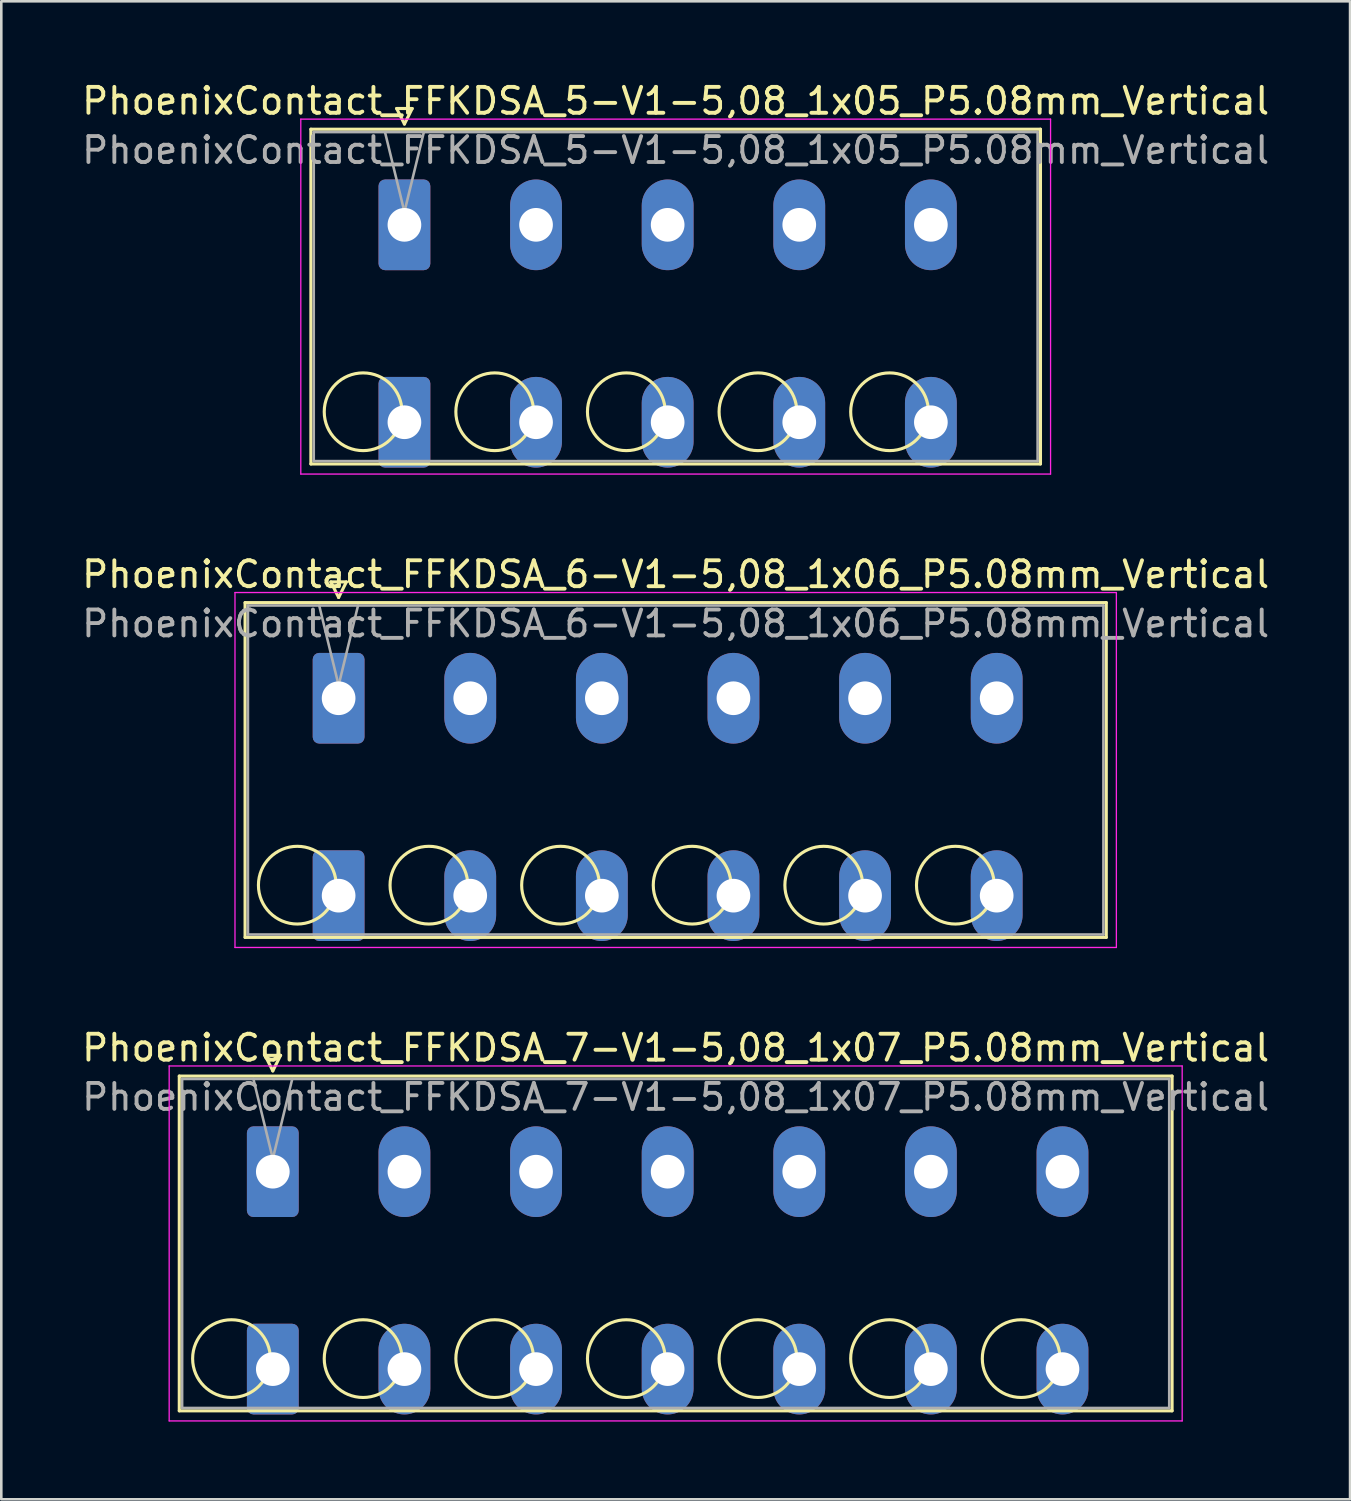
<source format=kicad_pcb>
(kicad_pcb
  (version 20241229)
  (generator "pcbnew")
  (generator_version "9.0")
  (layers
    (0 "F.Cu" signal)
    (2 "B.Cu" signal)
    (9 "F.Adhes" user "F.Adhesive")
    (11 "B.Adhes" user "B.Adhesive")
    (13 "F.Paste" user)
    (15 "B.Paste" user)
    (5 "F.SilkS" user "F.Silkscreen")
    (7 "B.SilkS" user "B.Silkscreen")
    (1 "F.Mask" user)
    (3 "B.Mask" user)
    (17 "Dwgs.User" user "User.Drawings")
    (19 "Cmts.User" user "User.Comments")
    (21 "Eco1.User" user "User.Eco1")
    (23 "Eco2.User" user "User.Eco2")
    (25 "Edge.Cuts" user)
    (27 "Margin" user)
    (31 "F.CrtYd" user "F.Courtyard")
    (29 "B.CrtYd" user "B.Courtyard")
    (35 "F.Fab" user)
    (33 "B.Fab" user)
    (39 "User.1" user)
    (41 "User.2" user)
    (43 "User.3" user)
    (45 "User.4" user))
  (footprint "PhoenixContact_FFKDSA_7-V1-5,08_1x07_P5.08mm_Vertical"
    (layer "F.Cu")
    (at 7.48 42.175)
    (property "Reference" "PhoenixContact_FFKDSA_7-V1-5,08_1x07_P5.08mm_Vertical" (at 15.55 -4.78 0) (layer "F.SilkS") (effects (font (size 1 1) (thickness 0.15))))
    (attr through_hole)
    (fp_line (start -3.61 -3.69) (end -3.61 9.23) (stroke (width 0.12) (type solid)) (layer "F.SilkS"))
    (fp_line (start -3.61 9.23) (end 34.71 9.23) (stroke (width 0.12) (type solid)) (layer "F.SilkS"))
    (fp_line (start -0.3 -4.49) (end 0.3 -4.49) (stroke (width 0.12) (type solid)) (layer "F.SilkS"))
    (fp_line (start 0 -3.89) (end -0.3 -4.49) (stroke (width 0.12) (type solid)) (layer "F.SilkS"))
    (fp_line (start 0.3 -4.49) (end 0 -3.89) (stroke (width 0.12) (type solid)) (layer "F.SilkS"))
    (fp_line (start 34.71 -3.69) (end -3.61 -3.69) (stroke (width 0.12) (type solid)) (layer "F.SilkS"))
    (fp_line (start 34.71 9.23) (end 34.71 -3.69) (stroke (width 0.12) (type solid)) (layer "F.SilkS"))
    (fp_circle (center -1.595 7.215) (end -0.095 7.215) (stroke (width 0.12) (type solid)) (fill no) (layer "F.SilkS"))
    (fp_circle (center 3.485 7.215) (end 4.985 7.215) (stroke (width 0.12) (type solid)) (fill no) (layer "F.SilkS"))
    (fp_circle (center 8.565 7.215) (end 10.065 7.215) (stroke (width 0.12) (type solid)) (fill no) (layer "F.SilkS"))
    (fp_circle (center 13.645 7.215) (end 15.145 7.215) (stroke (width 0.12) (type solid)) (fill no) (layer "F.SilkS"))
    (fp_circle (center 18.725 7.215) (end 20.225 7.215) (stroke (width 0.12) (type solid)) (fill no) (layer "F.SilkS"))
    (fp_circle (center 23.805 7.215) (end 25.305 7.215) (stroke (width 0.12) (type solid)) (fill no) (layer "F.SilkS"))
    (fp_circle (center 28.885 7.215) (end 30.385 7.215) (stroke (width 0.12) (type solid)) (fill no) (layer "F.SilkS"))
    (fp_line (start -4 -4.08) (end -4 9.62) (stroke (width 0.05) (type solid)) (layer "F.CrtYd"))
    (fp_line (start -4 9.62) (end 35.1 9.62) (stroke (width 0.05) (type solid)) (layer "F.CrtYd"))
    (fp_line (start 35.1 -4.08) (end -4 -4.08) (stroke (width 0.05) (type solid)) (layer "F.CrtYd"))
    (fp_line (start 35.1 9.62) (end 35.1 -4.08) (stroke (width 0.05) (type solid)) (layer "F.CrtYd"))
    (fp_line (start -3.5 -3.58) (end -3.5 9.12) (stroke (width 0.1) (type solid)) (layer "F.Fab"))
    (fp_line (start -3.5 9.12) (end 34.6 9.12) (stroke (width 0.1) (type solid)) (layer "F.Fab"))
    (fp_line (start 0 -0.5) (end -0.75 -3.58) (stroke (width 0.1) (type solid)) (layer "F.Fab"))
    (fp_line (start 0.75 -3.58) (end 0 -0.5) (stroke (width 0.1) (type solid)) (layer "F.Fab"))
    (fp_line (start 34.6 -3.58) (end -3.5 -3.58) (stroke (width 0.1) (type solid)) (layer "F.Fab"))
    (fp_line (start 34.6 9.12) (end 34.6 -3.58) (stroke (width 0.1) (type solid)) (layer "F.Fab"))
    (fp_text user "${REFERENCE}" (at 15.55 -2.88 0) (layer "F.Fab") (effects (font (size 1 1) (thickness 0.15))))
    (pad "1" thru_hole roundrect (at 0 0) (size 2 3.5) (drill 1.3) (layers "*.Cu" "*.Mask") (roundrect_rratio 0.125))
    (pad "1" thru_hole roundrect (at 0 7.62) (size 2 3.5) (drill 1.3) (layers "*.Cu" "*.Mask") (roundrect_rratio 0.125))
    (pad "2" thru_hole oval (at 5.08 0) (size 2 3.5) (drill 1.3) (layers "*.Cu" "*.Mask"))
    (pad "2" thru_hole oval (at 5.08 7.62) (size 2 3.5) (drill 1.3) (layers "*.Cu" "*.Mask"))
    (pad "3" thru_hole oval (at 10.16 0) (size 2 3.5) (drill 1.3) (layers "*.Cu" "*.Mask"))
    (pad "3" thru_hole oval (at 10.16 7.62) (size 2 3.5) (drill 1.3) (layers "*.Cu" "*.Mask"))
    (pad "4" thru_hole oval (at 15.24 0) (size 2 3.5) (drill 1.3) (layers "*.Cu" "*.Mask"))
    (pad "4" thru_hole oval (at 15.24 7.62) (size 2 3.5) (drill 1.3) (layers "*.Cu" "*.Mask"))
    (pad "5" thru_hole oval (at 20.32 0) (size 2 3.5) (drill 1.3) (layers "*.Cu" "*.Mask"))
    (pad "5" thru_hole oval (at 20.32 7.62) (size 2 3.5) (drill 1.3) (layers "*.Cu" "*.Mask"))
    (pad "6" thru_hole oval (at 25.4 0) (size 2 3.5) (drill 1.3) (layers "*.Cu" "*.Mask"))
    (pad "6" thru_hole oval (at 25.4 7.62) (size 2 3.5) (drill 1.3) (layers "*.Cu" "*.Mask"))
    (pad "7" thru_hole oval (at 30.48 0) (size 2 3.5) (drill 1.3) (layers "*.Cu" "*.Mask"))
    (pad "7" thru_hole oval (at 30.48 7.62) (size 2 3.5) (drill 1.3) (layers "*.Cu" "*.Mask")))
  (footprint "PhoenixContact_FFKDSA_6-V1-5,08_1x06_P5.08mm_Vertical"
    (layer "F.Cu")
    (at 10.02 23.901)
    (property "Reference" "PhoenixContact_FFKDSA_6-V1-5,08_1x06_P5.08mm_Vertical" (at 13.01 -4.78 0) (layer "F.SilkS") (effects (font (size 1 1) (thickness 0.15))))
    (attr through_hole)
    (fp_line (start -3.61 -3.69) (end -3.61 9.23) (stroke (width 0.12) (type solid)) (layer "F.SilkS"))
    (fp_line (start -3.61 9.23) (end 29.63 9.23) (stroke (width 0.12) (type solid)) (layer "F.SilkS"))
    (fp_line (start -0.3 -4.49) (end 0.3 -4.49) (stroke (width 0.12) (type solid)) (layer "F.SilkS"))
    (fp_line (start 0 -3.89) (end -0.3 -4.49) (stroke (width 0.12) (type solid)) (layer "F.SilkS"))
    (fp_line (start 0.3 -4.49) (end 0 -3.89) (stroke (width 0.12) (type solid)) (layer "F.SilkS"))
    (fp_line (start 29.63 -3.69) (end -3.61 -3.69) (stroke (width 0.12) (type solid)) (layer "F.SilkS"))
    (fp_line (start 29.63 9.23) (end 29.63 -3.69) (stroke (width 0.12) (type solid)) (layer "F.SilkS"))
    (fp_circle (center -1.595 7.215) (end -0.095 7.215) (stroke (width 0.12) (type solid)) (fill no) (layer "F.SilkS"))
    (fp_circle (center 3.485 7.215) (end 4.985 7.215) (stroke (width 0.12) (type solid)) (fill no) (layer "F.SilkS"))
    (fp_circle (center 8.565 7.215) (end 10.065 7.215) (stroke (width 0.12) (type solid)) (fill no) (layer "F.SilkS"))
    (fp_circle (center 13.645 7.215) (end 15.145 7.215) (stroke (width 0.12) (type solid)) (fill no) (layer "F.SilkS"))
    (fp_circle (center 18.725 7.215) (end 20.225 7.215) (stroke (width 0.12) (type solid)) (fill no) (layer "F.SilkS"))
    (fp_circle (center 23.805 7.215) (end 25.305 7.215) (stroke (width 0.12) (type solid)) (fill no) (layer "F.SilkS"))
    (fp_line (start -4 -4.08) (end -4 9.62) (stroke (width 0.05) (type solid)) (layer "F.CrtYd"))
    (fp_line (start -4 9.62) (end 30.02 9.62) (stroke (width 0.05) (type solid)) (layer "F.CrtYd"))
    (fp_line (start 30.02 -4.08) (end -4 -4.08) (stroke (width 0.05) (type solid)) (layer "F.CrtYd"))
    (fp_line (start 30.02 9.62) (end 30.02 -4.08) (stroke (width 0.05) (type solid)) (layer "F.CrtYd"))
    (fp_line (start -3.5 -3.58) (end -3.5 9.12) (stroke (width 0.1) (type solid)) (layer "F.Fab"))
    (fp_line (start -3.5 9.12) (end 29.52 9.12) (stroke (width 0.1) (type solid)) (layer "F.Fab"))
    (fp_line (start 0 -0.5) (end -0.75 -3.58) (stroke (width 0.1) (type solid)) (layer "F.Fab"))
    (fp_line (start 0.75 -3.58) (end 0 -0.5) (stroke (width 0.1) (type solid)) (layer "F.Fab"))
    (fp_line (start 29.52 -3.58) (end -3.5 -3.58) (stroke (width 0.1) (type solid)) (layer "F.Fab"))
    (fp_line (start 29.52 9.12) (end 29.52 -3.58) (stroke (width 0.1) (type solid)) (layer "F.Fab"))
    (fp_text user "${REFERENCE}" (at 13.01 -2.88 0) (layer "F.Fab") (effects (font (size 1 1) (thickness 0.15))))
    (pad "1" thru_hole roundrect (at 0 0) (size 2 3.5) (drill 1.3) (layers "*.Cu" "*.Mask") (roundrect_rratio 0.125))
    (pad "1" thru_hole roundrect (at 0 7.62) (size 2 3.5) (drill 1.3) (layers "*.Cu" "*.Mask") (roundrect_rratio 0.125))
    (pad "2" thru_hole oval (at 5.08 0) (size 2 3.5) (drill 1.3) (layers "*.Cu" "*.Mask"))
    (pad "2" thru_hole oval (at 5.08 7.62) (size 2 3.5) (drill 1.3) (layers "*.Cu" "*.Mask"))
    (pad "3" thru_hole oval (at 10.16 0) (size 2 3.5) (drill 1.3) (layers "*.Cu" "*.Mask"))
    (pad "3" thru_hole oval (at 10.16 7.62) (size 2 3.5) (drill 1.3) (layers "*.Cu" "*.Mask"))
    (pad "4" thru_hole oval (at 15.24 0) (size 2 3.5) (drill 1.3) (layers "*.Cu" "*.Mask"))
    (pad "4" thru_hole oval (at 15.24 7.62) (size 2 3.5) (drill 1.3) (layers "*.Cu" "*.Mask"))
    (pad "5" thru_hole oval (at 20.32 0) (size 2 3.5) (drill 1.3) (layers "*.Cu" "*.Mask"))
    (pad "5" thru_hole oval (at 20.32 7.62) (size 2 3.5) (drill 1.3) (layers "*.Cu" "*.Mask"))
    (pad "6" thru_hole oval (at 25.4 0) (size 2 3.5) (drill 1.3) (layers "*.Cu" "*.Mask"))
    (pad "6" thru_hole oval (at 25.4 7.62) (size 2 3.5) (drill 1.3) (layers "*.Cu" "*.Mask")))
  (footprint "PhoenixContact_FFKDSA_5-V1-5,08_1x05_P5.08mm_Vertical"
    (layer "F.Cu")
    (at 12.56 5.628)
    (property "Reference" "PhoenixContact_FFKDSA_5-V1-5,08_1x05_P5.08mm_Vertical" (at 10.47 -4.78 0) (layer "F.SilkS") (effects (font (size 1 1) (thickness 0.15))))
    (attr through_hole)
    (fp_line (start -3.61 -3.69) (end -3.61 9.23) (stroke (width 0.12) (type solid)) (layer "F.SilkS"))
    (fp_line (start -3.61 9.23) (end 24.55 9.23) (stroke (width 0.12) (type solid)) (layer "F.SilkS"))
    (fp_line (start -0.3 -4.49) (end 0.3 -4.49) (stroke (width 0.12) (type solid)) (layer "F.SilkS"))
    (fp_line (start 0 -3.89) (end -0.3 -4.49) (stroke (width 0.12) (type solid)) (layer "F.SilkS"))
    (fp_line (start 0.3 -4.49) (end 0 -3.89) (stroke (width 0.12) (type solid)) (layer "F.SilkS"))
    (fp_line (start 24.55 -3.69) (end -3.61 -3.69) (stroke (width 0.12) (type solid)) (layer "F.SilkS"))
    (fp_line (start 24.55 9.23) (end 24.55 -3.69) (stroke (width 0.12) (type solid)) (layer "F.SilkS"))
    (fp_circle (center -1.595 7.215) (end -0.095 7.215) (stroke (width 0.12) (type solid)) (fill no) (layer "F.SilkS"))
    (fp_circle (center 3.485 7.215) (end 4.985 7.215) (stroke (width 0.12) (type solid)) (fill no) (layer "F.SilkS"))
    (fp_circle (center 8.565 7.215) (end 10.065 7.215) (stroke (width 0.12) (type solid)) (fill no) (layer "F.SilkS"))
    (fp_circle (center 13.645 7.215) (end 15.145 7.215) (stroke (width 0.12) (type solid)) (fill no) (layer "F.SilkS"))
    (fp_circle (center 18.725 7.215) (end 20.225 7.215) (stroke (width 0.12) (type solid)) (fill no) (layer "F.SilkS"))
    (fp_line (start -4 -4.08) (end -4 9.62) (stroke (width 0.05) (type solid)) (layer "F.CrtYd"))
    (fp_line (start -4 9.62) (end 24.94 9.62) (stroke (width 0.05) (type solid)) (layer "F.CrtYd"))
    (fp_line (start 24.94 -4.08) (end -4 -4.08) (stroke (width 0.05) (type solid)) (layer "F.CrtYd"))
    (fp_line (start 24.94 9.62) (end 24.94 -4.08) (stroke (width 0.05) (type solid)) (layer "F.CrtYd"))
    (fp_line (start -3.5 -3.58) (end -3.5 9.12) (stroke (width 0.1) (type solid)) (layer "F.Fab"))
    (fp_line (start -3.5 9.12) (end 24.44 9.12) (stroke (width 0.1) (type solid)) (layer "F.Fab"))
    (fp_line (start 0 -0.5) (end -0.75 -3.58) (stroke (width 0.1) (type solid)) (layer "F.Fab"))
    (fp_line (start 0.75 -3.58) (end 0 -0.5) (stroke (width 0.1) (type solid)) (layer "F.Fab"))
    (fp_line (start 24.44 -3.58) (end -3.5 -3.58) (stroke (width 0.1) (type solid)) (layer "F.Fab"))
    (fp_line (start 24.44 9.12) (end 24.44 -3.58) (stroke (width 0.1) (type solid)) (layer "F.Fab"))
    (fp_text user "${REFERENCE}" (at 10.47 -2.88 0) (layer "F.Fab") (effects (font (size 1 1) (thickness 0.15))))
    (pad "1" thru_hole roundrect (at 0 0) (size 2 3.5) (drill 1.3) (layers "*.Cu" "*.Mask") (roundrect_rratio 0.125))
    (pad "1" thru_hole roundrect (at 0 7.62) (size 2 3.5) (drill 1.3) (layers "*.Cu" "*.Mask") (roundrect_rratio 0.125))
    (pad "2" thru_hole oval (at 5.08 0) (size 2 3.5) (drill 1.3) (layers "*.Cu" "*.Mask"))
    (pad "2" thru_hole oval (at 5.08 7.62) (size 2 3.5) (drill 1.3) (layers "*.Cu" "*.Mask"))
    (pad "3" thru_hole oval (at 10.16 0) (size 2 3.5) (drill 1.3) (layers "*.Cu" "*.Mask"))
    (pad "3" thru_hole oval (at 10.16 7.62) (size 2 3.5) (drill 1.3) (layers "*.Cu" "*.Mask"))
    (pad "4" thru_hole oval (at 15.24 0) (size 2 3.5) (drill 1.3) (layers "*.Cu" "*.Mask"))
    (pad "4" thru_hole oval (at 15.24 7.62) (size 2 3.5) (drill 1.3) (layers "*.Cu" "*.Mask"))
    (pad "5" thru_hole oval (at 20.32 0) (size 2 3.5) (drill 1.3) (layers "*.Cu" "*.Mask"))
    (pad "5" thru_hole oval (at 20.32 7.62) (size 2 3.5) (drill 1.3) (layers "*.Cu" "*.Mask")))
  (gr_rect
    (start -3 -3)
    (end 49.06 54.82)
    (stroke (width 0.1) (type default))
    (fill no)
    (layer "Edge.Cuts")))
</source>
